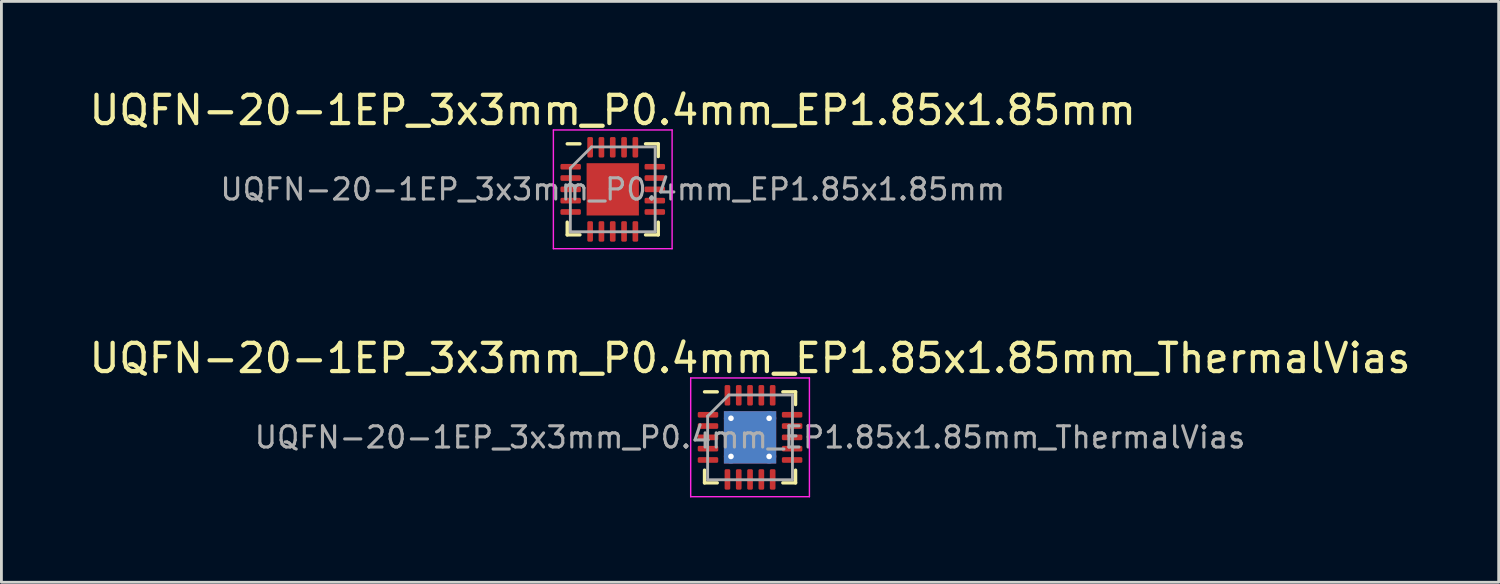
<source format=kicad_pcb>
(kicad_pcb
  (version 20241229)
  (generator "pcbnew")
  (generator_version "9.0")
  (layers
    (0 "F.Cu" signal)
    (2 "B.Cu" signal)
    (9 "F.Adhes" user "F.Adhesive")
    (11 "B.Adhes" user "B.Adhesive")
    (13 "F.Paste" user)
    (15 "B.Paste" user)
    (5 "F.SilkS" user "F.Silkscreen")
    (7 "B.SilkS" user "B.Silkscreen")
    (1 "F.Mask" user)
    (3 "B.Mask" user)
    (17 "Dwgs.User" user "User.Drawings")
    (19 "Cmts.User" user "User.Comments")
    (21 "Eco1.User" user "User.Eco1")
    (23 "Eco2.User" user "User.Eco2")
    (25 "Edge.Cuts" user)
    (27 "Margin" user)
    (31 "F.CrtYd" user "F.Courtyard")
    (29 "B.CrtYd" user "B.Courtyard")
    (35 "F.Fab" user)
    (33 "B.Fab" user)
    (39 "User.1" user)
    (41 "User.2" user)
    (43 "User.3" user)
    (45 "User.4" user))
  (footprint "UQFN-20-1EP_3x3mm_P0.4mm_EP1.85x1.85mm_ThermalVias"
    (layer "F.Cu")
    (at 23.482 12.421)
    (property "Reference" "UQFN-20-1EP_3x3mm_P0.4mm_EP1.85x1.85mm_ThermalVias" (at 0 -2.8 0) (layer "F.SilkS") (effects (font (size 1 1) (thickness 0.15))))
    (attr smd)
    (fp_line (start -1.61 1.61) (end -1.61 1.16) (stroke (width 0.12) (type solid)) (layer "F.SilkS"))
    (fp_line (start -1.16 -1.61) (end -1.61 -1.61) (stroke (width 0.12) (type solid)) (layer "F.SilkS"))
    (fp_line (start -1.16 1.61) (end -1.61 1.61) (stroke (width 0.12) (type solid)) (layer "F.SilkS"))
    (fp_line (start 1.16 -1.61) (end 1.61 -1.61) (stroke (width 0.12) (type solid)) (layer "F.SilkS"))
    (fp_line (start 1.16 1.61) (end 1.61 1.61) (stroke (width 0.12) (type solid)) (layer "F.SilkS"))
    (fp_line (start 1.61 -1.61) (end 1.61 -1.16) (stroke (width 0.12) (type solid)) (layer "F.SilkS"))
    (fp_line (start 1.61 1.61) (end 1.61 1.16) (stroke (width 0.12) (type solid)) (layer "F.SilkS"))
    (fp_line (start -2.1 -2.1) (end -2.1 2.1) (stroke (width 0.05) (type solid)) (layer "F.CrtYd"))
    (fp_line (start -2.1 2.1) (end 2.1 2.1) (stroke (width 0.05) (type solid)) (layer "F.CrtYd"))
    (fp_line (start 2.1 -2.1) (end -2.1 -2.1) (stroke (width 0.05) (type solid)) (layer "F.CrtYd"))
    (fp_line (start 2.1 2.1) (end 2.1 -2.1) (stroke (width 0.05) (type solid)) (layer "F.CrtYd"))
    (fp_line (start -1.5 -0.75) (end -0.75 -1.5) (stroke (width 0.1) (type solid)) (layer "F.Fab"))
    (fp_line (start -1.5 1.5) (end -1.5 -0.75) (stroke (width 0.1) (type solid)) (layer "F.Fab"))
    (fp_line (start -0.75 -1.5) (end 1.5 -1.5) (stroke (width 0.1) (type solid)) (layer "F.Fab"))
    (fp_line (start 1.5 -1.5) (end 1.5 1.5) (stroke (width 0.1) (type solid)) (layer "F.Fab"))
    (fp_line (start 1.5 1.5) (end -1.5 1.5) (stroke (width 0.1) (type solid)) (layer "F.Fab"))
    (fp_text user "${REFERENCE}" (at 0 0 0) (layer "F.Fab") (effects (font (size 0.75 0.75) (thickness 0.11))))
    (pad "" smd roundrect (at -0.46 -0.46) (size 0.8 0.8) (layers "F.Paste") (roundrect_rratio 0.25))
    (pad "" smd roundrect (at -0.46 0.46) (size 0.8 0.8) (layers "F.Paste") (roundrect_rratio 0.25))
    (pad "" smd roundrect (at 0.46 -0.46) (size 0.8 0.8) (layers "F.Paste") (roundrect_rratio 0.25))
    (pad "" smd roundrect (at 0.46 0.46) (size 0.8 0.8) (layers "F.Paste") (roundrect_rratio 0.25))
    (pad "1" smd roundrect (at -1.488 -0.8) (size 0.725 0.2) (layers "F.Cu" "F.Mask" "F.Paste") (roundrect_rratio 0.25))
    (pad "2" smd roundrect (at -1.488 -0.4) (size 0.725 0.2) (layers "F.Cu" "F.Mask" "F.Paste") (roundrect_rratio 0.25))
    (pad "3" smd roundrect (at -1.488 0) (size 0.725 0.2) (layers "F.Cu" "F.Mask" "F.Paste") (roundrect_rratio 0.25))
    (pad "4" smd roundrect (at -1.488 0.4) (size 0.725 0.2) (layers "F.Cu" "F.Mask" "F.Paste") (roundrect_rratio 0.25))
    (pad "5" smd roundrect (at -1.488 0.8) (size 0.725 0.2) (layers "F.Cu" "F.Mask" "F.Paste") (roundrect_rratio 0.25))
    (pad "6" smd roundrect (at -0.8 1.488) (size 0.2 0.725) (layers "F.Cu" "F.Mask" "F.Paste") (roundrect_rratio 0.25))
    (pad "7" smd roundrect (at -0.4 1.488) (size 0.2 0.725) (layers "F.Cu" "F.Mask" "F.Paste") (roundrect_rratio 0.25))
    (pad "8" smd roundrect (at 0 1.488) (size 0.2 0.725) (layers "F.Cu" "F.Mask" "F.Paste") (roundrect_rratio 0.25))
    (pad "9" smd roundrect (at 0.4 1.488) (size 0.2 0.725) (layers "F.Cu" "F.Mask" "F.Paste") (roundrect_rratio 0.25))
    (pad "10" smd roundrect (at 0.8 1.488) (size 0.2 0.725) (layers "F.Cu" "F.Mask" "F.Paste") (roundrect_rratio 0.25))
    (pad "11" smd roundrect (at 1.488 0.8) (size 0.725 0.2) (layers "F.Cu" "F.Mask" "F.Paste") (roundrect_rratio 0.25))
    (pad "12" smd roundrect (at 1.488 0.4) (size 0.725 0.2) (layers "F.Cu" "F.Mask" "F.Paste") (roundrect_rratio 0.25))
    (pad "13" smd roundrect (at 1.488 0) (size 0.725 0.2) (layers "F.Cu" "F.Mask" "F.Paste") (roundrect_rratio 0.25))
    (pad "14" smd roundrect (at 1.488 -0.4) (size 0.725 0.2) (layers "F.Cu" "F.Mask" "F.Paste") (roundrect_rratio 0.25))
    (pad "15" smd roundrect (at 1.488 -0.8) (size 0.725 0.2) (layers "F.Cu" "F.Mask" "F.Paste") (roundrect_rratio 0.25))
    (pad "16" smd roundrect (at 0.8 -1.488) (size 0.2 0.725) (layers "F.Cu" "F.Mask" "F.Paste") (roundrect_rratio 0.25))
    (pad "17" smd roundrect (at 0.4 -1.488) (size 0.2 0.725) (layers "F.Cu" "F.Mask" "F.Paste") (roundrect_rratio 0.25))
    (pad "18" smd roundrect (at 0 -1.488) (size 0.2 0.725) (layers "F.Cu" "F.Mask" "F.Paste") (roundrect_rratio 0.25))
    (pad "19" smd roundrect (at -0.4 -1.488) (size 0.2 0.725) (layers "F.Cu" "F.Mask" "F.Paste") (roundrect_rratio 0.25))
    (pad "20" smd roundrect (at -0.8 -1.488) (size 0.2 0.725) (layers "F.Cu" "F.Mask" "F.Paste") (roundrect_rratio 0.25))
    (pad "21" thru_hole circle (at -0.675 -0.675) (size 0.5 0.5) (drill 0.2) (layers "*.Cu"))
    (pad "21" thru_hole circle (at -0.675 0.675) (size 0.5 0.5) (drill 0.2) (layers "*.Cu"))
    (pad "21" smd rect (at 0 0) (size 1.85 1.85) (layers "F.Cu" "F.Mask"))
    (pad "21" smd rect (at 0 0) (size 1.85 1.85) (layers "B.Cu"))
    (pad "21" thru_hole circle (at 0.675 -0.675) (size 0.5 0.5) (drill 0.2) (layers "*.Cu"))
    (pad "21" thru_hole circle (at 0.675 0.675) (size 0.5 0.5) (drill 0.2) (layers "*.Cu")))
  (footprint "UQFN-20-1EP_3x3mm_P0.4mm_EP1.85x1.85mm"
    (layer "F.Cu")
    (at 18.625 3.648)
    (property "Reference" "UQFN-20-1EP_3x3mm_P0.4mm_EP1.85x1.85mm" (at 0 -2.8 0) (layer "F.SilkS") (effects (font (size 1 1) (thickness 0.15))))
    (attr smd)
    (fp_line (start -1.61 1.61) (end -1.61 1.16) (stroke (width 0.12) (type solid)) (layer "F.SilkS"))
    (fp_line (start -1.16 -1.61) (end -1.61 -1.61) (stroke (width 0.12) (type solid)) (layer "F.SilkS"))
    (fp_line (start -1.16 1.61) (end -1.61 1.61) (stroke (width 0.12) (type solid)) (layer "F.SilkS"))
    (fp_line (start 1.16 -1.61) (end 1.61 -1.61) (stroke (width 0.12) (type solid)) (layer "F.SilkS"))
    (fp_line (start 1.16 1.61) (end 1.61 1.61) (stroke (width 0.12) (type solid)) (layer "F.SilkS"))
    (fp_line (start 1.61 -1.61) (end 1.61 -1.16) (stroke (width 0.12) (type solid)) (layer "F.SilkS"))
    (fp_line (start 1.61 1.61) (end 1.61 1.16) (stroke (width 0.12) (type solid)) (layer "F.SilkS"))
    (fp_line (start -2.1 -2.1) (end -2.1 2.1) (stroke (width 0.05) (type solid)) (layer "F.CrtYd"))
    (fp_line (start -2.1 2.1) (end 2.1 2.1) (stroke (width 0.05) (type solid)) (layer "F.CrtYd"))
    (fp_line (start 2.1 -2.1) (end -2.1 -2.1) (stroke (width 0.05) (type solid)) (layer "F.CrtYd"))
    (fp_line (start 2.1 2.1) (end 2.1 -2.1) (stroke (width 0.05) (type solid)) (layer "F.CrtYd"))
    (fp_line (start -1.5 -0.75) (end -0.75 -1.5) (stroke (width 0.1) (type solid)) (layer "F.Fab"))
    (fp_line (start -1.5 1.5) (end -1.5 -0.75) (stroke (width 0.1) (type solid)) (layer "F.Fab"))
    (fp_line (start -0.75 -1.5) (end 1.5 -1.5) (stroke (width 0.1) (type solid)) (layer "F.Fab"))
    (fp_line (start 1.5 -1.5) (end 1.5 1.5) (stroke (width 0.1) (type solid)) (layer "F.Fab"))
    (fp_line (start 1.5 1.5) (end -1.5 1.5) (stroke (width 0.1) (type solid)) (layer "F.Fab"))
    (fp_text user "${REFERENCE}" (at 0 0 0) (layer "F.Fab") (effects (font (size 0.75 0.75) (thickness 0.11))))
    (pad "" smd roundrect (at -0.46 -0.46) (size 0.75 0.75) (layers "F.Paste") (roundrect_rratio 0.25))
    (pad "" smd roundrect (at -0.46 0.46) (size 0.75 0.75) (layers "F.Paste") (roundrect_rratio 0.25))
    (pad "" smd roundrect (at 0.46 -0.46) (size 0.75 0.75) (layers "F.Paste") (roundrect_rratio 0.25))
    (pad "" smd roundrect (at 0.46 0.46) (size 0.75 0.75) (layers "F.Paste") (roundrect_rratio 0.25))
    (pad "1" smd roundrect (at -1.488 -0.8) (size 0.725 0.2) (layers "F.Cu" "F.Mask" "F.Paste") (roundrect_rratio 0.25))
    (pad "2" smd roundrect (at -1.488 -0.4) (size 0.725 0.2) (layers "F.Cu" "F.Mask" "F.Paste") (roundrect_rratio 0.25))
    (pad "3" smd roundrect (at -1.488 0) (size 0.725 0.2) (layers "F.Cu" "F.Mask" "F.Paste") (roundrect_rratio 0.25))
    (pad "4" smd roundrect (at -1.488 0.4) (size 0.725 0.2) (layers "F.Cu" "F.Mask" "F.Paste") (roundrect_rratio 0.25))
    (pad "5" smd roundrect (at -1.488 0.8) (size 0.725 0.2) (layers "F.Cu" "F.Mask" "F.Paste") (roundrect_rratio 0.25))
    (pad "6" smd roundrect (at -0.8 1.488) (size 0.2 0.725) (layers "F.Cu" "F.Mask" "F.Paste") (roundrect_rratio 0.25))
    (pad "7" smd roundrect (at -0.4 1.488) (size 0.2 0.725) (layers "F.Cu" "F.Mask" "F.Paste") (roundrect_rratio 0.25))
    (pad "8" smd roundrect (at 0 1.488) (size 0.2 0.725) (layers "F.Cu" "F.Mask" "F.Paste") (roundrect_rratio 0.25))
    (pad "9" smd roundrect (at 0.4 1.488) (size 0.2 0.725) (layers "F.Cu" "F.Mask" "F.Paste") (roundrect_rratio 0.25))
    (pad "10" smd roundrect (at 0.8 1.488) (size 0.2 0.725) (layers "F.Cu" "F.Mask" "F.Paste") (roundrect_rratio 0.25))
    (pad "11" smd roundrect (at 1.488 0.8) (size 0.725 0.2) (layers "F.Cu" "F.Mask" "F.Paste") (roundrect_rratio 0.25))
    (pad "12" smd roundrect (at 1.488 0.4) (size 0.725 0.2) (layers "F.Cu" "F.Mask" "F.Paste") (roundrect_rratio 0.25))
    (pad "13" smd roundrect (at 1.488 0) (size 0.725 0.2) (layers "F.Cu" "F.Mask" "F.Paste") (roundrect_rratio 0.25))
    (pad "14" smd roundrect (at 1.488 -0.4) (size 0.725 0.2) (layers "F.Cu" "F.Mask" "F.Paste") (roundrect_rratio 0.25))
    (pad "15" smd roundrect (at 1.488 -0.8) (size 0.725 0.2) (layers "F.Cu" "F.Mask" "F.Paste") (roundrect_rratio 0.25))
    (pad "16" smd roundrect (at 0.8 -1.488) (size 0.2 0.725) (layers "F.Cu" "F.Mask" "F.Paste") (roundrect_rratio 0.25))
    (pad "17" smd roundrect (at 0.4 -1.488) (size 0.2 0.725) (layers "F.Cu" "F.Mask" "F.Paste") (roundrect_rratio 0.25))
    (pad "18" smd roundrect (at 0 -1.488) (size 0.2 0.725) (layers "F.Cu" "F.Mask" "F.Paste") (roundrect_rratio 0.25))
    (pad "19" smd roundrect (at -0.4 -1.488) (size 0.2 0.725) (layers "F.Cu" "F.Mask" "F.Paste") (roundrect_rratio 0.25))
    (pad "20" smd roundrect (at -0.8 -1.488) (size 0.2 0.725) (layers "F.Cu" "F.Mask" "F.Paste") (roundrect_rratio 0.25))
    (pad "21" smd rect (at 0 0) (size 1.85 1.85) (layers "F.Cu" "F.Mask")))
  (gr_rect
    (start -3 -3)
    (end 49.964 17.547)
    (stroke (width 0.1) (type default))
    (fill no)
    (layer "Edge.Cuts")))
</source>
